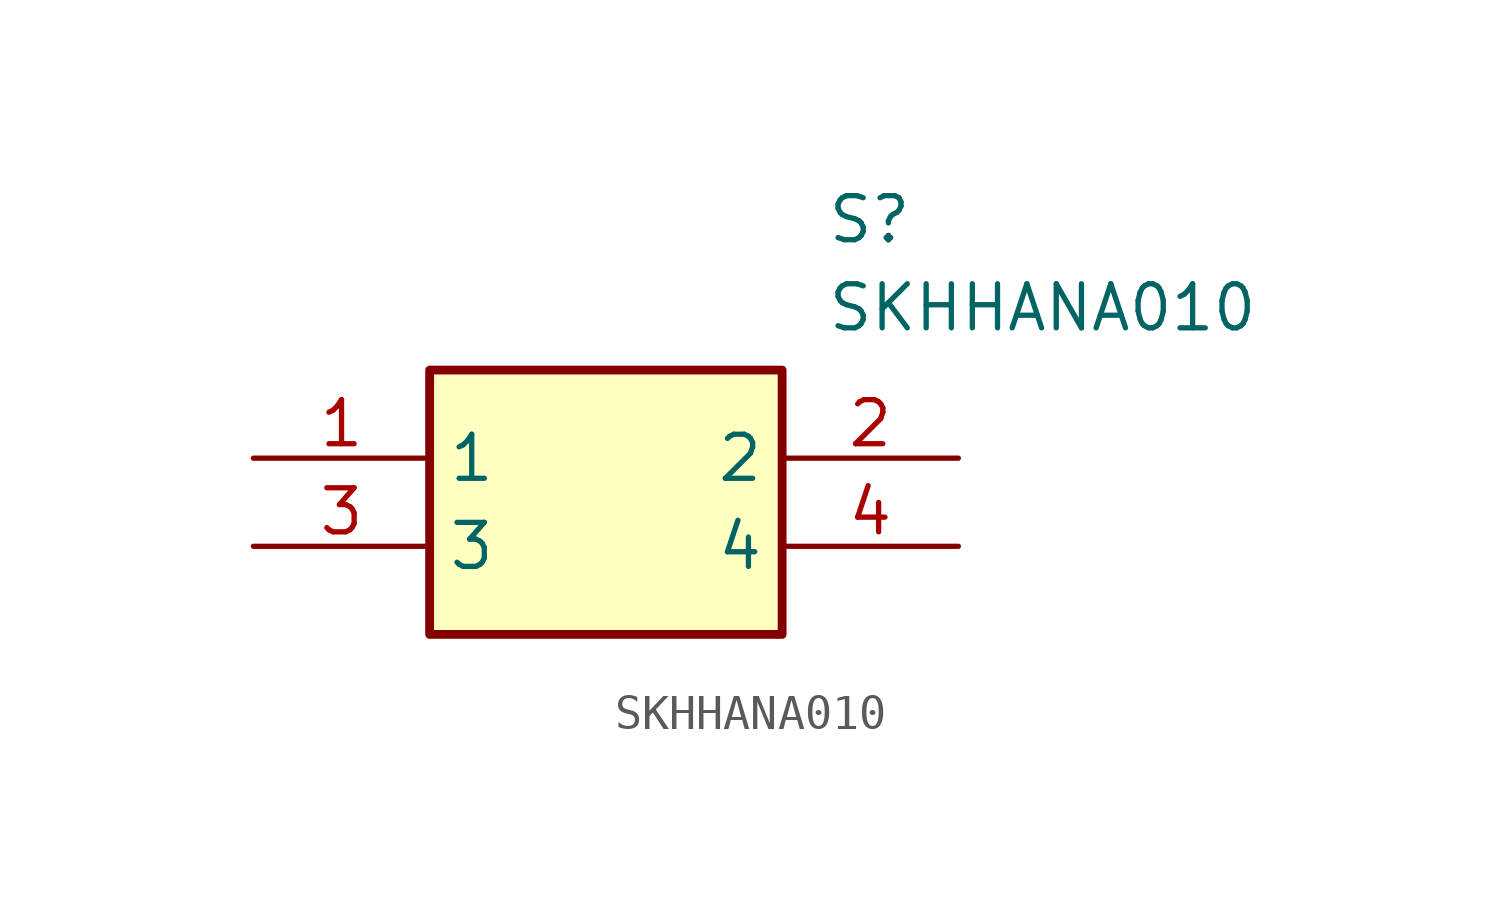
<source format=kicad_sym>
(kicad_symbol_lib
  (version 20231120)
  (generator "kicad_symbol_editor")
  (generator_version "8.0")
  (symbol "SKHHANA010"
    (property "Reference" "S"
      (at 16.51 7.62 0)
      (effects (font (size 1.27 1.27)) (justify left top)))
    (property "Value" "SKHHANA010"
      (at 16.51 5.08 0)
      (effects (font (size 1.27 1.27)) (justify left top)))
    (rectangle
      (start 5.08 2.54)
      (end 15.24 -5.08)
      (stroke (width 0.254) (type default))
      (fill (type background)))
    (pin passive line
      (at 0 0 0)
      (length 5.08)
      (name "1" (effects (font (size 1.27 1.27))))
      (number "1" (effects (font (size 1.27 1.27)))))
    (pin passive line
      (at 20.32 0 180)
      (length 5.08)
      (name "2" (effects (font (size 1.27 1.27))))
      (number "2" (effects (font (size 1.27 1.27)))))
    (pin passive line
      (at 0 -2.54 0)
      (length 5.08)
      (name "3" (effects (font (size 1.27 1.27))))
      (number "3" (effects (font (size 1.27 1.27)))))
    (pin passive line
      (at 20.32 -2.54 180)
      (length 5.08)
      (name "4" (effects (font (size 1.27 1.27))))
      (number "4" (effects (font (size 1.27 1.27)))))))
</source>
